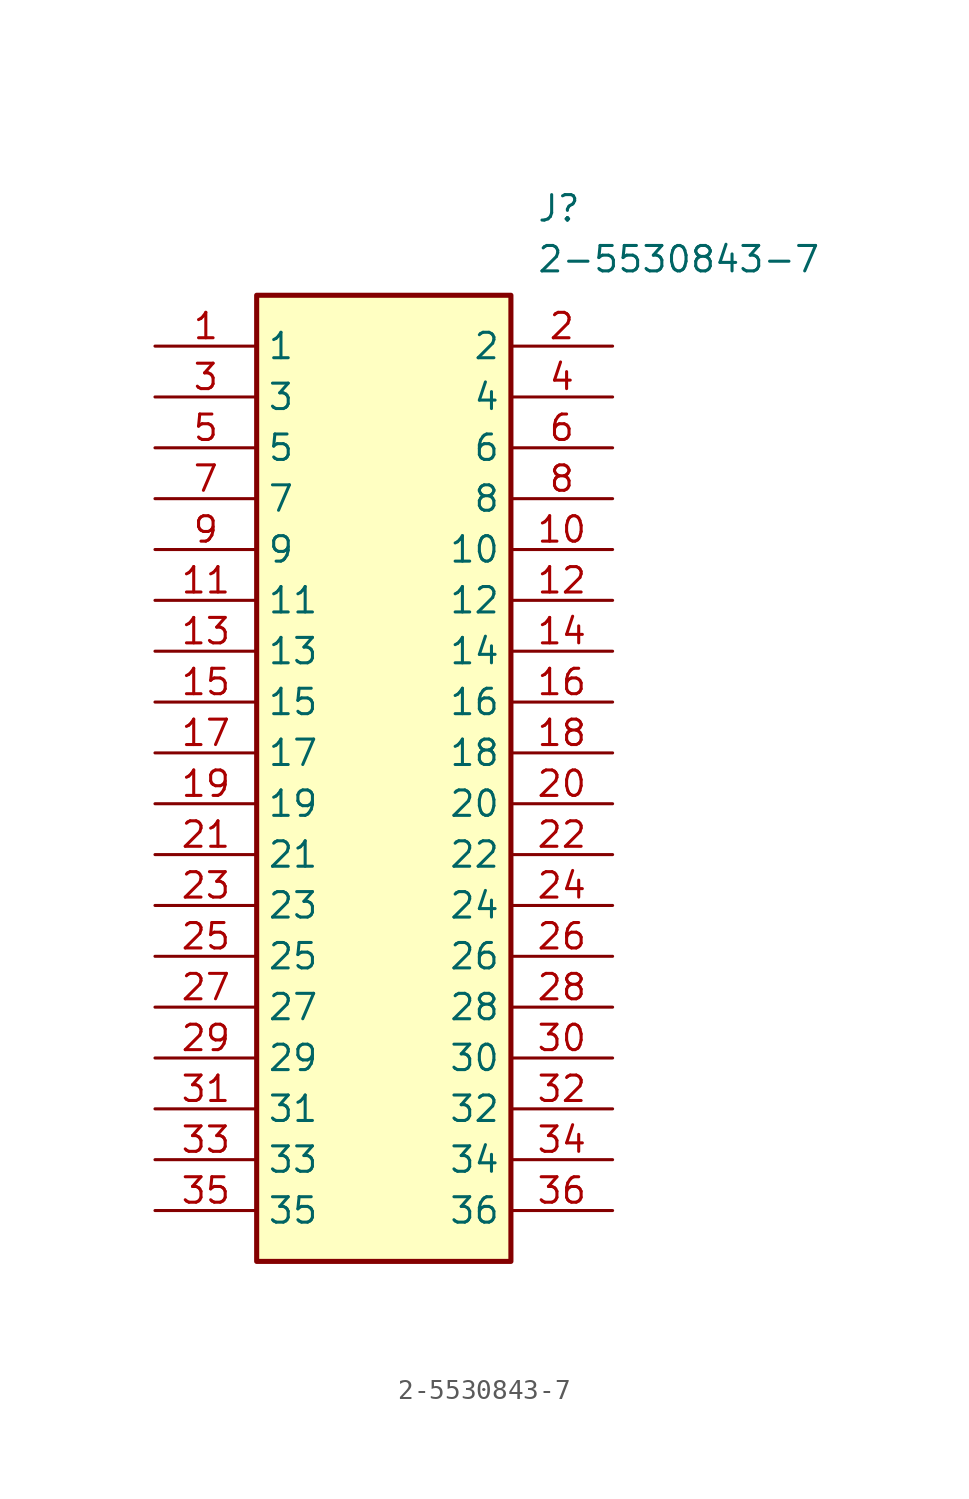
<source format=kicad_sym>
(kicad_symbol_lib
  (version 20211014)
  (generator SamacSys_ECAD_Model)
  (symbol "2-5530843-7"
    (property "Reference" "J"
      (at 19.05 7.62 0)
      (effects (font (size 1.27 1.27)) (justify left top)))
    (property "Value" "2-5530843-7"
      (at 19.05 5.08 0)
      (effects (font (size 1.27 1.27)) (justify left top)))
    (rectangle
      (start 5.08 2.54)
      (end 17.78 -45.72)
      (stroke (width 0.254) (type default))
      (fill (type background)))
    (pin passive line
      (at 0 0 0)
      (length 5.08)
      (name "1" (effects (font (size 1.27 1.27))))
      (number "1" (effects (font (size 1.27 1.27)))))
    (pin passive line
      (at 22.86 0 180)
      (length 5.08)
      (name "2" (effects (font (size 1.27 1.27))))
      (number "2" (effects (font (size 1.27 1.27)))))
    (pin passive line
      (at 0 -2.54 0)
      (length 5.08)
      (name "3" (effects (font (size 1.27 1.27))))
      (number "3" (effects (font (size 1.27 1.27)))))
    (pin passive line
      (at 22.86 -2.54 180)
      (length 5.08)
      (name "4" (effects (font (size 1.27 1.27))))
      (number "4" (effects (font (size 1.27 1.27)))))
    (pin passive line
      (at 0 -5.08 0)
      (length 5.08)
      (name "5" (effects (font (size 1.27 1.27))))
      (number "5" (effects (font (size 1.27 1.27)))))
    (pin passive line
      (at 22.86 -5.08 180)
      (length 5.08)
      (name "6" (effects (font (size 1.27 1.27))))
      (number "6" (effects (font (size 1.27 1.27)))))
    (pin passive line
      (at 0 -7.62 0)
      (length 5.08)
      (name "7" (effects (font (size 1.27 1.27))))
      (number "7" (effects (font (size 1.27 1.27)))))
    (pin passive line
      (at 22.86 -7.62 180)
      (length 5.08)
      (name "8" (effects (font (size 1.27 1.27))))
      (number "8" (effects (font (size 1.27 1.27)))))
    (pin passive line
      (at 0 -10.16 0)
      (length 5.08)
      (name "9" (effects (font (size 1.27 1.27))))
      (number "9" (effects (font (size 1.27 1.27)))))
    (pin passive line
      (at 22.86 -10.16 180)
      (length 5.08)
      (name "10" (effects (font (size 1.27 1.27))))
      (number "10" (effects (font (size 1.27 1.27)))))
    (pin passive line
      (at 0 -12.7 0)
      (length 5.08)
      (name "11" (effects (font (size 1.27 1.27))))
      (number "11" (effects (font (size 1.27 1.27)))))
    (pin passive line
      (at 22.86 -12.7 180)
      (length 5.08)
      (name "12" (effects (font (size 1.27 1.27))))
      (number "12" (effects (font (size 1.27 1.27)))))
    (pin passive line
      (at 0 -15.24 0)
      (length 5.08)
      (name "13" (effects (font (size 1.27 1.27))))
      (number "13" (effects (font (size 1.27 1.27)))))
    (pin passive line
      (at 22.86 -15.24 180)
      (length 5.08)
      (name "14" (effects (font (size 1.27 1.27))))
      (number "14" (effects (font (size 1.27 1.27)))))
    (pin passive line
      (at 0 -17.78 0)
      (length 5.08)
      (name "15" (effects (font (size 1.27 1.27))))
      (number "15" (effects (font (size 1.27 1.27)))))
    (pin passive line
      (at 22.86 -17.78 180)
      (length 5.08)
      (name "16" (effects (font (size 1.27 1.27))))
      (number "16" (effects (font (size 1.27 1.27)))))
    (pin passive line
      (at 0 -20.32 0)
      (length 5.08)
      (name "17" (effects (font (size 1.27 1.27))))
      (number "17" (effects (font (size 1.27 1.27)))))
    (pin passive line
      (at 22.86 -20.32 180)
      (length 5.08)
      (name "18" (effects (font (size 1.27 1.27))))
      (number "18" (effects (font (size 1.27 1.27)))))
    (pin passive line
      (at 0 -22.86 0)
      (length 5.08)
      (name "19" (effects (font (size 1.27 1.27))))
      (number "19" (effects (font (size 1.27 1.27)))))
    (pin passive line
      (at 22.86 -22.86 180)
      (length 5.08)
      (name "20" (effects (font (size 1.27 1.27))))
      (number "20" (effects (font (size 1.27 1.27)))))
    (pin passive line
      (at 0 -25.4 0)
      (length 5.08)
      (name "21" (effects (font (size 1.27 1.27))))
      (number "21" (effects (font (size 1.27 1.27)))))
    (pin passive line
      (at 22.86 -25.4 180)
      (length 5.08)
      (name "22" (effects (font (size 1.27 1.27))))
      (number "22" (effects (font (size 1.27 1.27)))))
    (pin passive line
      (at 0 -27.94 0)
      (length 5.08)
      (name "23" (effects (font (size 1.27 1.27))))
      (number "23" (effects (font (size 1.27 1.27)))))
    (pin passive line
      (at 22.86 -27.94 180)
      (length 5.08)
      (name "24" (effects (font (size 1.27 1.27))))
      (number "24" (effects (font (size 1.27 1.27)))))
    (pin passive line
      (at 0 -30.48 0)
      (length 5.08)
      (name "25" (effects (font (size 1.27 1.27))))
      (number "25" (effects (font (size 1.27 1.27)))))
    (pin passive line
      (at 22.86 -30.48 180)
      (length 5.08)
      (name "26" (effects (font (size 1.27 1.27))))
      (number "26" (effects (font (size 1.27 1.27)))))
    (pin passive line
      (at 0 -33.02 0)
      (length 5.08)
      (name "27" (effects (font (size 1.27 1.27))))
      (number "27" (effects (font (size 1.27 1.27)))))
    (pin passive line
      (at 22.86 -33.02 180)
      (length 5.08)
      (name "28" (effects (font (size 1.27 1.27))))
      (number "28" (effects (font (size 1.27 1.27)))))
    (pin passive line
      (at 0 -35.56 0)
      (length 5.08)
      (name "29" (effects (font (size 1.27 1.27))))
      (number "29" (effects (font (size 1.27 1.27)))))
    (pin passive line
      (at 22.86 -35.56 180)
      (length 5.08)
      (name "30" (effects (font (size 1.27 1.27))))
      (number "30" (effects (font (size 1.27 1.27)))))
    (pin passive line
      (at 0 -38.1 0)
      (length 5.08)
      (name "31" (effects (font (size 1.27 1.27))))
      (number "31" (effects (font (size 1.27 1.27)))))
    (pin passive line
      (at 22.86 -38.1 180)
      (length 5.08)
      (name "32" (effects (font (size 1.27 1.27))))
      (number "32" (effects (font (size 1.27 1.27)))))
    (pin passive line
      (at 0 -40.64 0)
      (length 5.08)
      (name "33" (effects (font (size 1.27 1.27))))
      (number "33" (effects (font (size 1.27 1.27)))))
    (pin passive line
      (at 22.86 -40.64 180)
      (length 5.08)
      (name "34" (effects (font (size 1.27 1.27))))
      (number "34" (effects (font (size 1.27 1.27)))))
    (pin passive line
      (at 0 -43.18 0)
      (length 5.08)
      (name "35" (effects (font (size 1.27 1.27))))
      (number "35" (effects (font (size 1.27 1.27)))))
    (pin passive line
      (at 22.86 -43.18 180)
      (length 5.08)
      (name "36" (effects (font (size 1.27 1.27))))
      (number "36" (effects (font (size 1.27 1.27)))))))
</source>
